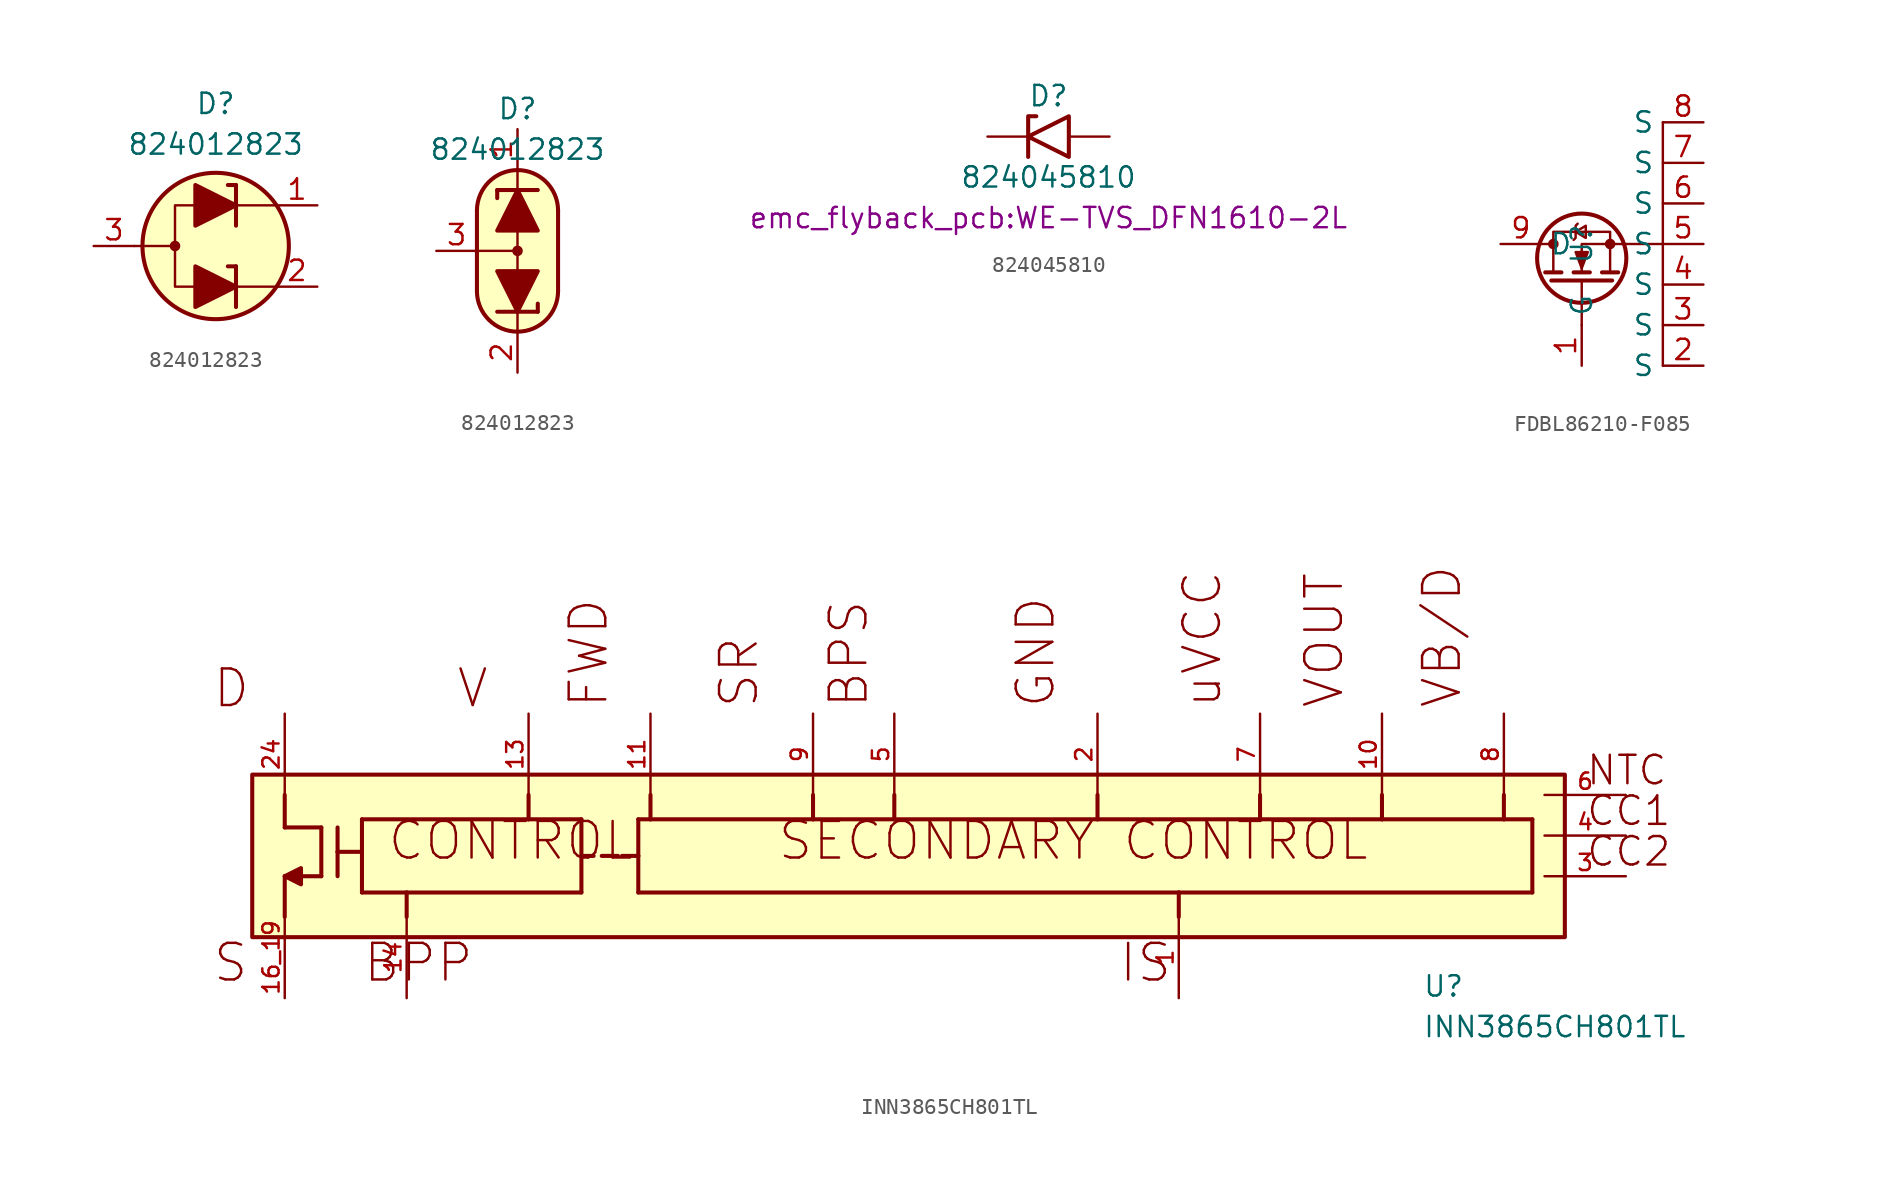
<source format=kicad_sym>
(kicad_symbol_lib
  (version 20231120)
  (generator "kicad_symbol_editor")
  (generator_version "8.0")
  (symbol "824012823"
    (pin_names
      (offset 1.016) hide)
    (property "Reference" "D"
      (at 0 8.89 0)
      (effects (font (size 1.27 1.27))))
    (property "Value" "824012823"
      (at 0 6.35 0)
      (effects (font (size 1.27 1.27))))
    (symbol "824012823_0_1"
      (circle (center -2.54 0) (radius 0.254) (stroke (width 0) (type default)) (fill (type outline)))
      (polyline (pts (xy -5.08 0) (xy -2.54 0)) (stroke (width 0) (type default)) (fill (type none)))
      (polyline (pts (xy 1.27 -2.54) (xy 3.81 -2.54)) (stroke (width 0) (type default)) (fill (type none)))
      (polyline (pts (xy 1.27 -1.27) (xy 0.762 -1.27)) (stroke (width 0.254) (type default)) (fill (type none)))
      (polyline (pts (xy 1.27 -1.27) (xy 1.27 -3.81)) (stroke (width 0.254) (type default)) (fill (type none)))
      (polyline (pts (xy 1.27 2.54) (xy 3.81 2.54)) (stroke (width 0) (type default)) (fill (type none)))
      (polyline (pts (xy 1.27 3.81) (xy 0.762 3.81)) (stroke (width 0.254) (type default)) (fill (type none)))
      (polyline (pts (xy 1.27 3.81) (xy 1.27 1.27)) (stroke (width 0.254) (type default)) (fill (type none)))
      (polyline (pts (xy -1.27 -2.54) (xy -2.54 -2.54) (xy -2.54 2.54) (xy -1.27 2.54)) (stroke (width 0) (type default)) (fill (type none)))
      (circle (center 0 0) (radius 4.572) (stroke (width 0.254) (type default)) (fill (type background))))
    (symbol "824012823_0_2"
      (arc (start -2.54 -2.54) (mid 0 -5.0576) (end 2.54 -2.54) (stroke (width 0.254) (type default)) (fill (type none)))
      (polyline (pts (xy -2.54 0) (xy 0 0)) (stroke (width 0) (type default)) (fill (type none)))
      (polyline (pts (xy -2.54 2.54) (xy -2.54 -2.54)) (stroke (width 0.254) (type default)) (fill (type none)))
      (polyline (pts (xy -1.27 3.81) (xy -1.27 3.302)) (stroke (width 0.254) (type default)) (fill (type none)))
      (polyline (pts (xy -1.27 3.81) (xy 1.27 3.81)) (stroke (width 0.254) (type default)) (fill (type none)))
      (polyline (pts (xy 0 -5.08) (xy 0 -3.81)) (stroke (width 0) (type default)) (fill (type none)))
      (polyline (pts (xy 0 1.27) (xy 0 -1.27)) (stroke (width 0) (type default)) (fill (type none)))
      (polyline (pts (xy 0 5.08) (xy 0 3.81)) (stroke (width 0) (type default)) (fill (type none)))
      (polyline (pts (xy 1.27 -3.81) (xy -1.27 -3.81)) (stroke (width 0.254) (type default)) (fill (type none)))
      (polyline (pts (xy 1.27 -3.81) (xy 1.27 -3.302)) (stroke (width 0.254) (type default)) (fill (type none)))
      (polyline (pts (xy 2.54 -2.54) (xy 2.54 2.54)) (stroke (width 0.254) (type default)) (fill (type none)))
      (polyline (pts (xy 0 -5.08) (xy -1.016 -4.826) (xy -1.778 -4.318) (xy -2.286 -3.556) (xy -2.54 -3.048) (xy -2.54 2.794) (xy -2.286 3.556) (xy -1.778 4.318) (xy -1.016 4.826) (xy -0.254 5.08) (xy 0.254 5.08) (xy 1.016 4.826) (xy 1.524 4.572) (xy 2.032 4.064) (xy 2.286 3.556) (xy 2.54 2.794) (xy 2.54 -2.794) (xy 2.286 -3.556) (xy 2.032 -4.064) (xy 1.524 -4.572) (xy 1.016 -4.826) (xy 0 -5.08)) (stroke (width 0.01) (type default)) (fill (type background)))
      (circle (center 0 0) (radius 0.254) (stroke (width 0) (type default)) (fill (type outline)))
      (arc (start 2.54 2.54) (mid 0 5.0576) (end -2.54 2.54) (stroke (width 0.254) (type default)) (fill (type none))))
    (symbol "824012823_1_1"
      (polyline (pts (xy -1.27 -2.54) (xy 1.27 -2.54)) (stroke (width 0) (type default)) (fill (type none)))
      (polyline (pts (xy -1.27 2.54) (xy 1.27 2.54)) (stroke (width 0) (type default)) (fill (type none)))
      (polyline (pts (xy -1.27 -1.27) (xy -1.27 -3.81) (xy 1.27 -2.54) (xy -1.27 -1.27)) (stroke (width 0.254) (type default)) (fill (type outline)))
      (polyline (pts (xy -1.27 3.81) (xy -1.27 1.27) (xy 1.27 2.54) (xy -1.27 3.81)) (stroke (width 0.254) (type default)) (fill (type outline)))
      (pin passive line (at 6.35 2.54 180) (length 2.54) (name "K1" (effects (font (size 1.27 1.27)))) (number "1" (effects (font (size 1.27 1.27)))))
      (pin passive line (at 6.35 -2.54 180) (length 2.54) (name "K2" (effects (font (size 1.27 1.27)))) (number "2" (effects (font (size 1.27 1.27)))))
      (pin passive line (at -7.62 0 0) (length 2.54) (name "A" (effects (font (size 1.27 1.27)))) (number "3" (effects (font (size 1.27 1.27))))))
    (symbol "824012823_1_2"
      (polyline (pts (xy -1.27 1.27) (xy 1.27 1.27) (xy 0 3.81) (xy -1.27 1.27)) (stroke (width 0.254) (type default)) (fill (type outline)))
      (polyline (pts (xy 1.27 -1.27) (xy -1.27 -1.27) (xy 0 -3.81) (xy 1.27 -1.27)) (stroke (width 0.254) (type default)) (fill (type outline)))
      (pin passive line (at 0 7.62 270) (length 2.54) (name "K1" (effects (font (size 1.27 1.27)))) (number "1" (effects (font (size 1.27 1.27)))))
      (pin passive line (at 0 -7.62 90) (length 2.54) (name "K2" (effects (font (size 1.27 1.27)))) (number "2" (effects (font (size 1.27 1.27)))))
      (pin passive line (at -5.08 0 0) (length 2.54) (name "A" (effects (font (size 1.27 1.27)))) (number "3" (effects (font (size 1.27 1.27)))))))
  (symbol "824045810"
    (pin_numbers hide)
    (pin_names
      (offset 1.016) hide)
    (property "Reference" "D"
      (at 0 2.54 0)
      (effects (font (size 1.27 1.27))))
    (property "Value" "824045810"
      (at 0 -2.54 0)
      (effects (font (size 1.27 1.27))))
    (property "Footprint" "emc_flyback_pcb:WE-TVS_DFN1610-2L"
      (at 0 -5.08 0)
      (effects (font (size 1.27 1.27))))
    (symbol "824045810_0_1"
      (polyline (pts (xy -0.762 1.27) (xy -1.27 1.27) (xy -1.27 -1.27)) (stroke (width 0.254) (type default)) (fill (type none)))
      (polyline (pts (xy 1.27 1.27) (xy 1.27 -1.27) (xy -1.27 0) (xy 1.27 1.27)) (stroke (width 0.254) (type default)) (fill (type none))))
    (symbol "824045810_1_1"
      (pin passive line (at -3.81 0 0) (length 2.54) (name "A1" (effects (font (size 1.27 1.27)))) (number "1" (effects (font (size 1.27 1.27)))))
      (pin passive line (at 3.81 0 180) (length 2.54) (name "A2" (effects (font (size 1.27 1.27)))) (number "2" (effects (font (size 1.27 1.27)))))))
  (symbol "FDBL86210-F085"
    (property "Reference" "U"
      (at 0 0 90)
      (effects (font (size 1.27 1.27))))
    (property "Value" ""
      (at 0 0 90)
      (effects (font (size 1.27 1.27))))
    (symbol "FDBL86210-F085_0_1"
      (circle (center -1.778 0) (radius 0.254) (stroke (width 0) (type default)) (fill (type outline)))
      (circle (center 0 -0.889) (radius 2.794) (stroke (width 0.254) (type default)) (fill (type none)))
      (polyline (pts (xy -2.54 0) (xy -1.778 0)) (stroke (width 0) (type default)) (fill (type none)))
      (polyline (pts (xy -2.286 -1.778) (xy -1.27 -1.778)) (stroke (width 0.254) (type default)) (fill (type none)))
      (polyline (pts (xy -1.905 -2.286) (xy 1.905 -2.286)) (stroke (width 0.254) (type default)) (fill (type none)))
      (polyline (pts (xy -0.508 -1.778) (xy 0.508 -1.778)) (stroke (width 0.254) (type default)) (fill (type none)))
      (polyline (pts (xy 0 -2.286) (xy 0 -5.08)) (stroke (width 0) (type default)) (fill (type none)))
      (polyline (pts (xy 1.27 -1.778) (xy 2.286 -1.778)) (stroke (width 0.254) (type default)) (fill (type none)))
      (polyline (pts (xy 2.54 0) (xy 5.08 0)) (stroke (width 0) (type default)) (fill (type none)))
      (polyline (pts (xy 5.08 -7.62) (xy 5.08 7.62)) (stroke (width 0) (type default)) (fill (type none)))
      (polyline (pts (xy 2.54 0) (xy 0 0) (xy 0 -1.778)) (stroke (width 0) (type default)) (fill (type none)))
      (polyline (pts (xy -0.508 0.254) (xy -0.381 0.381) (xy -0.381 1.143) (xy -0.254 1.27)) (stroke (width 0) (type default)) (fill (type none)))
      (polyline (pts (xy -0.381 0.762) (xy 0.254 0.381) (xy 0.254 1.143) (xy -0.381 0.762)) (stroke (width 0) (type default)) (fill (type none)))
      (polyline (pts (xy 0 -1.524) (xy -0.381 -0.508) (xy 0.381 -0.508) (xy 0 -1.524)) (stroke (width 0) (type default)) (fill (type outline)))
      (polyline (pts (xy 1.778 -1.778) (xy 1.778 0.762) (xy -1.778 0.762) (xy -1.778 -1.778)) (stroke (width 0) (type default)) (fill (type none)))
      (circle (center 1.778 0) (radius 0.254) (stroke (width 0) (type default)) (fill (type outline))))
    (symbol "FDBL86210-F085_1_1"
      (pin input line (at 0 -7.62 90) (length 2.54) (name "G" (effects (font (size 1.27 1.27)))) (number "1" (effects (font (size 1.27 1.27)))))
      (pin passive line (at 7.62 -7.62 180) (length 2.54) (name "S" (effects (font (size 1.27 1.27)))) (number "2" (effects (font (size 1.27 1.27)))))
      (pin passive line (at 7.62 -5.08 180) (length 2.54) (name "S" (effects (font (size 1.27 1.27)))) (number "3" (effects (font (size 1.27 1.27)))))
      (pin passive line (at 7.62 -2.54 180) (length 2.54) (name "S" (effects (font (size 1.27 1.27)))) (number "4" (effects (font (size 1.27 1.27)))))
      (pin passive line (at 7.62 0 180) (length 2.54) (name "S" (effects (font (size 1.27 1.27)))) (number "5" (effects (font (size 1.27 1.27)))))
      (pin passive line (at 7.62 2.54 180) (length 2.54) (name "S" (effects (font (size 1.27 1.27)))) (number "6" (effects (font (size 1.27 1.27)))))
      (pin passive line (at 7.62 5.08 180) (length 2.54) (name "S" (effects (font (size 1.27 1.27)))) (number "7" (effects (font (size 1.27 1.27)))))
      (pin passive line (at 7.62 7.62 180) (length 2.54) (name "S" (effects (font (size 1.27 1.27)))) (number "8" (effects (font (size 1.27 1.27)))))
      (pin passive line (at -5.08 0 0) (length 2.54) (name "D" (effects (font (size 1.27 1.27)))) (number "9" (effects (font (size 1.27 1.27)))))))
  (symbol "INN3865CH801TL"
    (pin_names
      (offset 1.016))
    (property "Reference" "U"
      (at 73.66 -17.78 0)
      (effects (font (size 1.27 1.27)) (justify left bottom)))
    (property "Value" "INN3865CH801TL"
      (at 73.66 -20.32 0)
      (effects (font (size 1.27 1.27)) (justify left bottom)))
    (symbol "INN3865CH801TL_0_0"
      (polyline (pts (xy 2.54 -10.16) (xy 2.54 -12.7)) (stroke (width 0.254) (type default)) (fill (type none)))
      (polyline (pts (xy 2.54 -7.112) (xy 4.826 -7.112)) (stroke (width 0.254) (type default)) (fill (type none)))
      (polyline (pts (xy 2.54 -5.08) (xy 2.54 -7.112)) (stroke (width 0.254) (type default)) (fill (type none)))
      (polyline (pts (xy 4.826 -10.16) (xy 2.54 -10.16)) (stroke (width 0.254) (type default)) (fill (type none)))
      (polyline (pts (xy 4.826 -7.112) (xy 4.826 -10.16)) (stroke (width 0.254) (type default)) (fill (type none)))
      (polyline (pts (xy 5.842 -8.636) (xy 5.842 -10.16)) (stroke (width 0.254) (type default)) (fill (type none)))
      (polyline (pts (xy 5.842 -8.636) (xy 7.366 -8.636)) (stroke (width 0.254) (type default)) (fill (type none)))
      (polyline (pts (xy 5.842 -7.112) (xy 5.842 -8.636)) (stroke (width 0.254) (type default)) (fill (type none)))
      (polyline (pts (xy 7.366 -11.176) (xy 7.366 -6.604)) (stroke (width 0.254) (type default)) (fill (type none)))
      (polyline (pts (xy 7.366 -6.604) (xy 17.78 -6.604)) (stroke (width 0.254) (type default)) (fill (type none)))
      (polyline (pts (xy 10.16 -11.176) (xy 7.366 -11.176)) (stroke (width 0.254) (type default)) (fill (type none)))
      (polyline (pts (xy 10.16 -11.176) (xy 10.16 -12.7)) (stroke (width 0.254) (type default)) (fill (type none)))
      (polyline (pts (xy 17.78 -6.604) (xy 21.082 -6.604)) (stroke (width 0.254) (type default)) (fill (type none)))
      (polyline (pts (xy 17.78 -5.08) (xy 17.78 -6.604)) (stroke (width 0.254) (type default)) (fill (type none)))
      (polyline (pts (xy 21.082 -11.176) (xy 10.16 -11.176)) (stroke (width 0.254) (type default)) (fill (type none)))
      (polyline (pts (xy 21.082 -8.89) (xy 21.082 -11.176)) (stroke (width 0.254) (type default)) (fill (type none)))
      (polyline (pts (xy 21.082 -8.89) (xy 21.844 -8.89)) (stroke (width 0.254) (type default)) (fill (type none)))
      (polyline (pts (xy 21.082 -6.604) (xy 21.082 -8.89)) (stroke (width 0.254) (type default)) (fill (type none)))
      (polyline (pts (xy 22.352 -8.89) (xy 23.368 -8.89)) (stroke (width 0.254) (type default)) (fill (type none)))
      (polyline (pts (xy 23.622 -8.89) (xy 24.638 -8.89)) (stroke (width 0.254) (type default)) (fill (type none)))
      (polyline (pts (xy 24.638 -11.176) (xy 24.638 -8.89)) (stroke (width 0.254) (type default)) (fill (type none)))
      (polyline (pts (xy 24.638 -8.89) (xy 24.638 -6.604)) (stroke (width 0.254) (type default)) (fill (type none)))
      (polyline (pts (xy 24.638 -6.604) (xy 25.4 -6.604)) (stroke (width 0.254) (type default)) (fill (type none)))
      (polyline (pts (xy 25.4 -6.604) (xy 35.56 -6.604)) (stroke (width 0.254) (type default)) (fill (type none)))
      (polyline (pts (xy 25.4 -5.08) (xy 25.4 -6.604)) (stroke (width 0.254) (type default)) (fill (type none)))
      (polyline (pts (xy 35.56 -6.604) (xy 40.64 -6.604)) (stroke (width 0.254) (type default)) (fill (type none)))
      (polyline (pts (xy 35.56 -5.08) (xy 35.56 -6.604)) (stroke (width 0.254) (type default)) (fill (type none)))
      (polyline (pts (xy 40.64 -6.604) (xy 53.34 -6.604)) (stroke (width 0.254) (type default)) (fill (type none)))
      (polyline (pts (xy 40.64 -5.08) (xy 40.64 -6.604)) (stroke (width 0.254) (type default)) (fill (type none)))
      (polyline (pts (xy 53.34 -6.604) (xy 63.5 -6.604)) (stroke (width 0.254) (type default)) (fill (type none)))
      (polyline (pts (xy 53.34 -5.08) (xy 53.34 -6.604)) (stroke (width 0.254) (type default)) (fill (type none)))
      (polyline (pts (xy 58.42 -11.176) (xy 24.638 -11.176)) (stroke (width 0.254) (type default)) (fill (type none)))
      (polyline (pts (xy 58.42 -11.176) (xy 58.42 -12.7)) (stroke (width 0.254) (type default)) (fill (type none)))
      (polyline (pts (xy 63.5 -6.604) (xy 71.12 -6.604)) (stroke (width 0.254) (type default)) (fill (type none)))
      (polyline (pts (xy 63.5 -5.08) (xy 63.5 -6.604)) (stroke (width 0.254) (type default)) (fill (type none)))
      (polyline (pts (xy 71.12 -6.604) (xy 78.74 -6.604)) (stroke (width 0.254) (type default)) (fill (type none)))
      (polyline (pts (xy 71.12 -5.08) (xy 71.12 -6.604)) (stroke (width 0.254) (type default)) (fill (type none)))
      (polyline (pts (xy 78.74 -6.604) (xy 80.518 -6.604)) (stroke (width 0.254) (type default)) (fill (type none)))
      (polyline (pts (xy 78.74 -5.08) (xy 78.74 -6.604)) (stroke (width 0.254) (type default)) (fill (type none)))
      (polyline (pts (xy 80.518 -11.176) (xy 58.42 -11.176)) (stroke (width 0.254) (type default)) (fill (type none)))
      (polyline (pts (xy 80.518 -6.604) (xy 80.518 -11.176)) (stroke (width 0.254) (type default)) (fill (type none)))
      (polyline (pts (xy 2.54 -10.16) (xy 3.556 -9.652) (xy 3.556 -10.668) (xy 2.54 -10.16)) (stroke (width 0.254) (type default)) (fill (type outline)))
      (rectangle (start 0.508 -13.97) (end 82.55 -3.81) (stroke (width 0.254) (type default)) (fill (type background)))
      (text "BPP" (at 7.366 -14.224 0) (effects (font (size 2.286 2.286)) (justify left top)))
      (text "BPS" (at 39.116 0.254 900) (effects (font (size 2.286 2.286)) (justify left bottom)))
      (text "CC1" (at 83.82 -7.112 0) (effects (font (size 1.778 1.778)) (justify left bottom)))
      (text "CC2" (at 83.82 -9.652 0) (effects (font (size 1.778 1.778)) (justify left bottom)))
      (text "CONTROL" (at 8.89 -6.604 0) (effects (font (size 2.286 2.286)) (justify left top)))
      (text "D" (at -2.032 0.254 0) (effects (font (size 2.286 2.286)) (justify left bottom)))
      (text "FWD" (at 22.86 0.254 900) (effects (font (size 2.286 2.286)) (justify left bottom)))
      (text "GND" (at 50.8 0.254 900) (effects (font (size 2.286 2.286)) (justify left bottom)))
      (text "IS" (at 54.61 -14.224 0) (effects (font (size 2.286 2.286)) (justify left top)))
      (text "NTC" (at 83.82 -4.572 0) (effects (font (size 1.778 1.778)) (justify left bottom)))
      (text "S" (at -2.032 -14.224 0) (effects (font (size 2.286 2.286)) (justify left top)))
      (text "SECONDARY CONTROL" (at 33.274 -6.604 0) (effects (font (size 2.286 2.286)) (justify left top)))
      (text "SR" (at 32.258 0.254 900) (effects (font (size 2.286 2.286)) (justify left bottom)))
      (text "uVCC" (at 61.214 0.254 900) (effects (font (size 2.286 2.286)) (justify left bottom)))
      (text "V" (at 13.208 0.254 0) (effects (font (size 2.286 2.286)) (justify left bottom)))
      (text "VB/D" (at 76.2 0.254 900) (effects (font (size 2.286 2.286)) (justify left bottom)))
      (text "VOUT" (at 68.834 0.254 900) (effects (font (size 2.286 2.286)) (justify left bottom)))
      (pin input line (at 58.42 -17.78 90) (length 5.08) (name "~" (effects (font (size 1.016 1.016)))) (number "1" (effects (font (size 1.016 1.016)))))
      (pin output line (at 71.12 0 270) (length 5.08) (name "~" (effects (font (size 1.016 1.016)))) (number "10" (effects (font (size 1.016 1.016)))))
      (pin input line (at 25.4 0 270) (length 5.08) (name "~" (effects (font (size 1.016 1.016)))) (number "11" (effects (font (size 1.016 1.016)))))
      (pin input line (at 17.78 0 270) (length 5.08) (name "~" (effects (font (size 1.016 1.016)))) (number "13" (effects (font (size 1.016 1.016)))))
      (pin passive line (at 10.16 -17.78 90) (length 5.08) (name "~" (effects (font (size 1.016 1.016)))) (number "14" (effects (font (size 1.016 1.016)))))
      (pin passive line (at 2.54 -17.78 90) (length 5.08) (name "~" (effects (font (size 1.016 1.016)))) (number "16_19" (effects (font (size 1.016 1.016)))))
      (pin power_in line (at 53.34 0 270) (length 5.08) (name "~" (effects (font (size 1.016 1.016)))) (number "2" (effects (font (size 1.016 1.016)))))
      (pin passive line (at 2.54 0 270) (length 5.08) (name "~" (effects (font (size 1.016 1.016)))) (number "24" (effects (font (size 1.016 1.016)))))
      (pin passive line (at 86.36 -10.16 180) (length 5.08) (name "~" (effects (font (size 1.016 1.016)))) (number "3" (effects (font (size 1.016 1.016)))))
      (pin passive line (at 86.36 -7.62 180) (length 5.08) (name "~" (effects (font (size 1.016 1.016)))) (number "4" (effects (font (size 1.016 1.016)))))
      (pin passive line (at 40.64 0 270) (length 5.08) (name "~" (effects (font (size 1.016 1.016)))) (number "5" (effects (font (size 1.016 1.016)))))
      (pin input line (at 86.36 -5.08 180) (length 5.08) (name "~" (effects (font (size 1.016 1.016)))) (number "6" (effects (font (size 1.016 1.016)))))
      (pin power_in line (at 63.5 0 270) (length 5.08) (name "~" (effects (font (size 1.016 1.016)))) (number "7" (effects (font (size 1.016 1.016)))))
      (pin input line (at 78.74 0 270) (length 5.08) (name "~" (effects (font (size 1.016 1.016)))) (number "8" (effects (font (size 1.016 1.016)))))
      (pin passive line (at 35.56 0 270) (length 5.08) (name "~" (effects (font (size 1.016 1.016)))) (number "9" (effects (font (size 1.016 1.016))))))))
</source>
